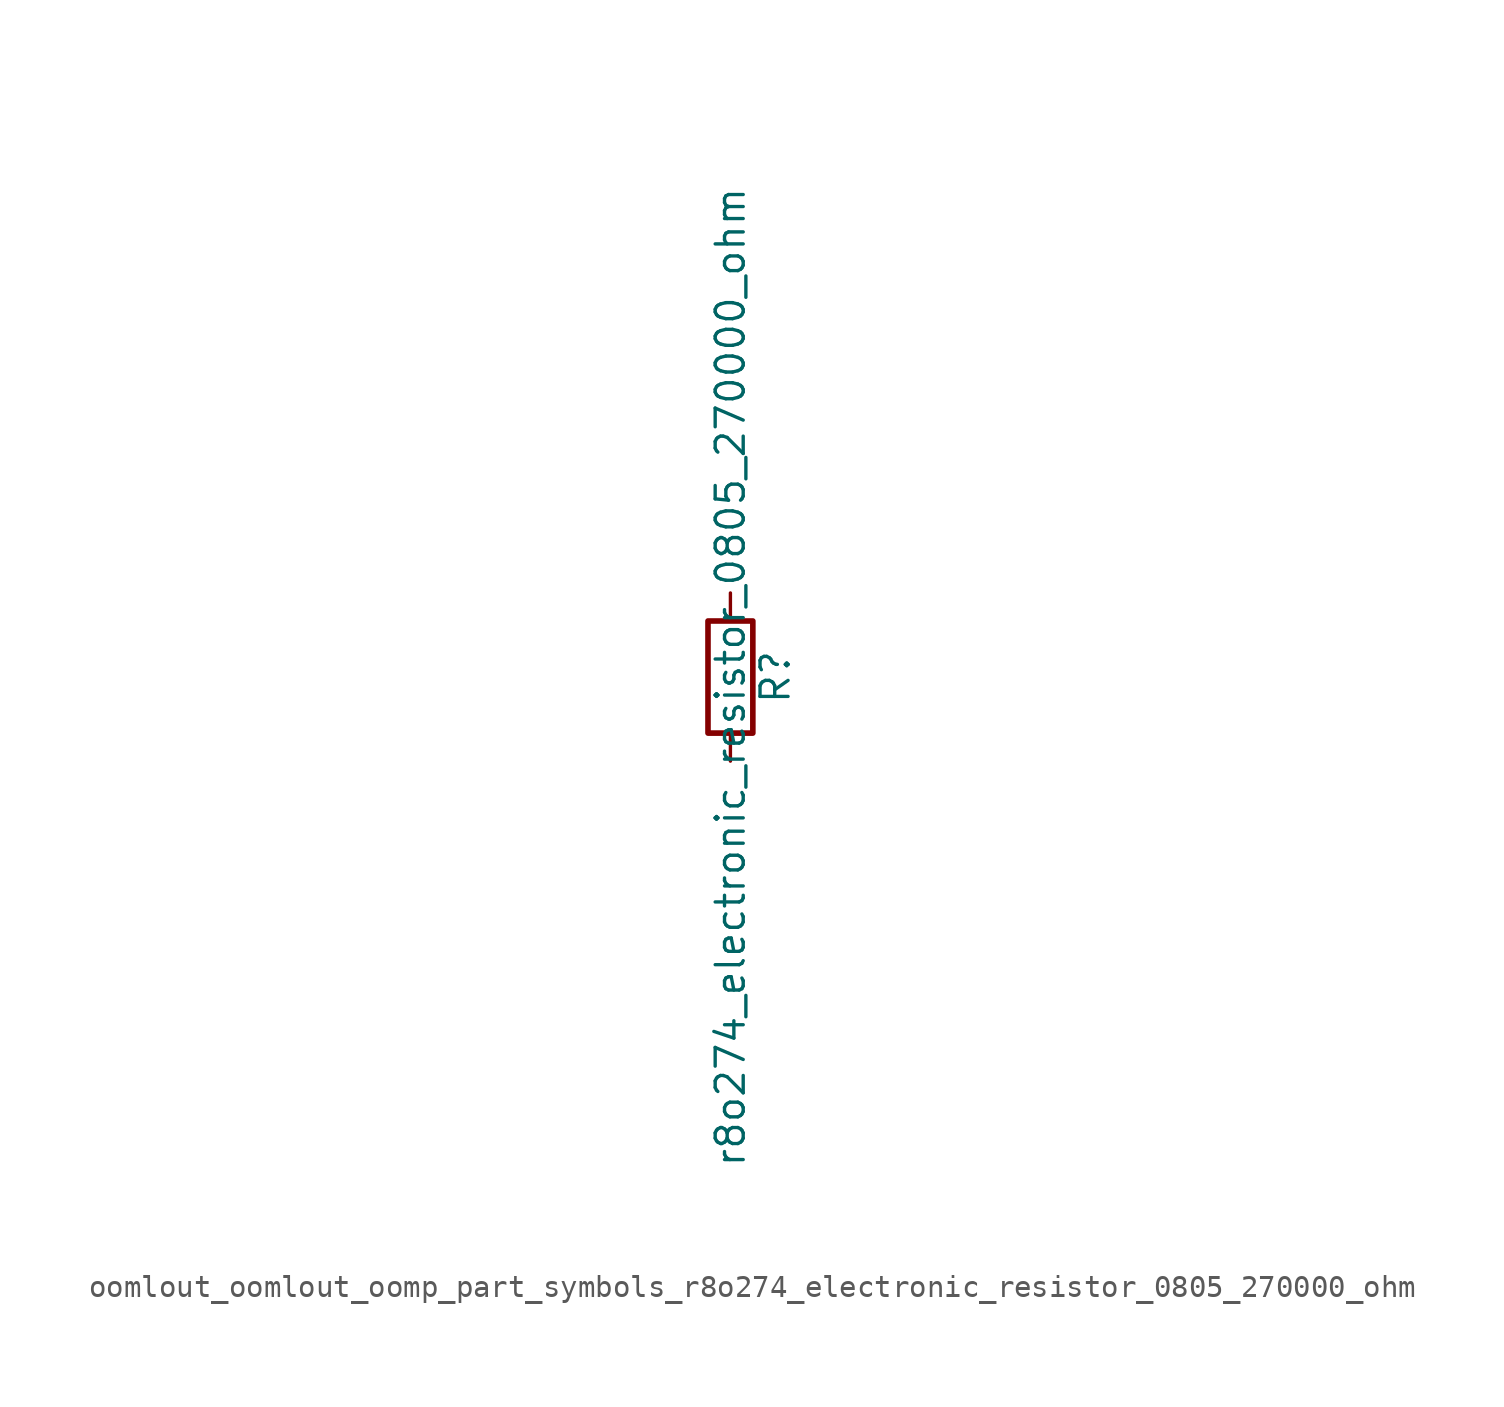
<source format=kicad_sym>
(kicad_symbol_lib
  (version 20220914)
  (generator kicad_symbol_editor)
  (symbol "oomlout_oomlout_oomp_part_symbols_r8o274_electronic_resistor_0805_270000_ohm"
    (pin_numbers hide)
    (pin_names
      (offset 0))
    (property "Reference" "R"
      (at 2.032 0 90)
      (effects (font (size 1.27 1.27))))
    (property "Value" "r8o274_electronic_resistor_0805_270000_ohm"
      (at 0 0 90)
      (effects (font (size 1.27 1.27))))
    (symbol "oomlout_oomlout_oomp_part_symbols_r8o274_electronic_resistor_0805_270000_ohm_0_1"
      (rectangle (start -1.016 -2.54) (end 1.016 2.54) (stroke (width 0.254) (type default)) (fill (type none))))
    (symbol "oomlout_oomlout_oomp_part_symbols_r8o274_electronic_resistor_0805_270000_ohm_1_1"
      (pin passive line (at 0 3.81 270) (length 1.27) (name "~" (effects (font (size 1.27 1.27)))) (number "1" (effects (font (size 1.27 1.27)))))
      (pin passive line (at 0 -3.81 90) (length 1.27) (name "~" (effects (font (size 1.27 1.27)))) (number "2" (effects (font (size 1.27 1.27))))))))
</source>
